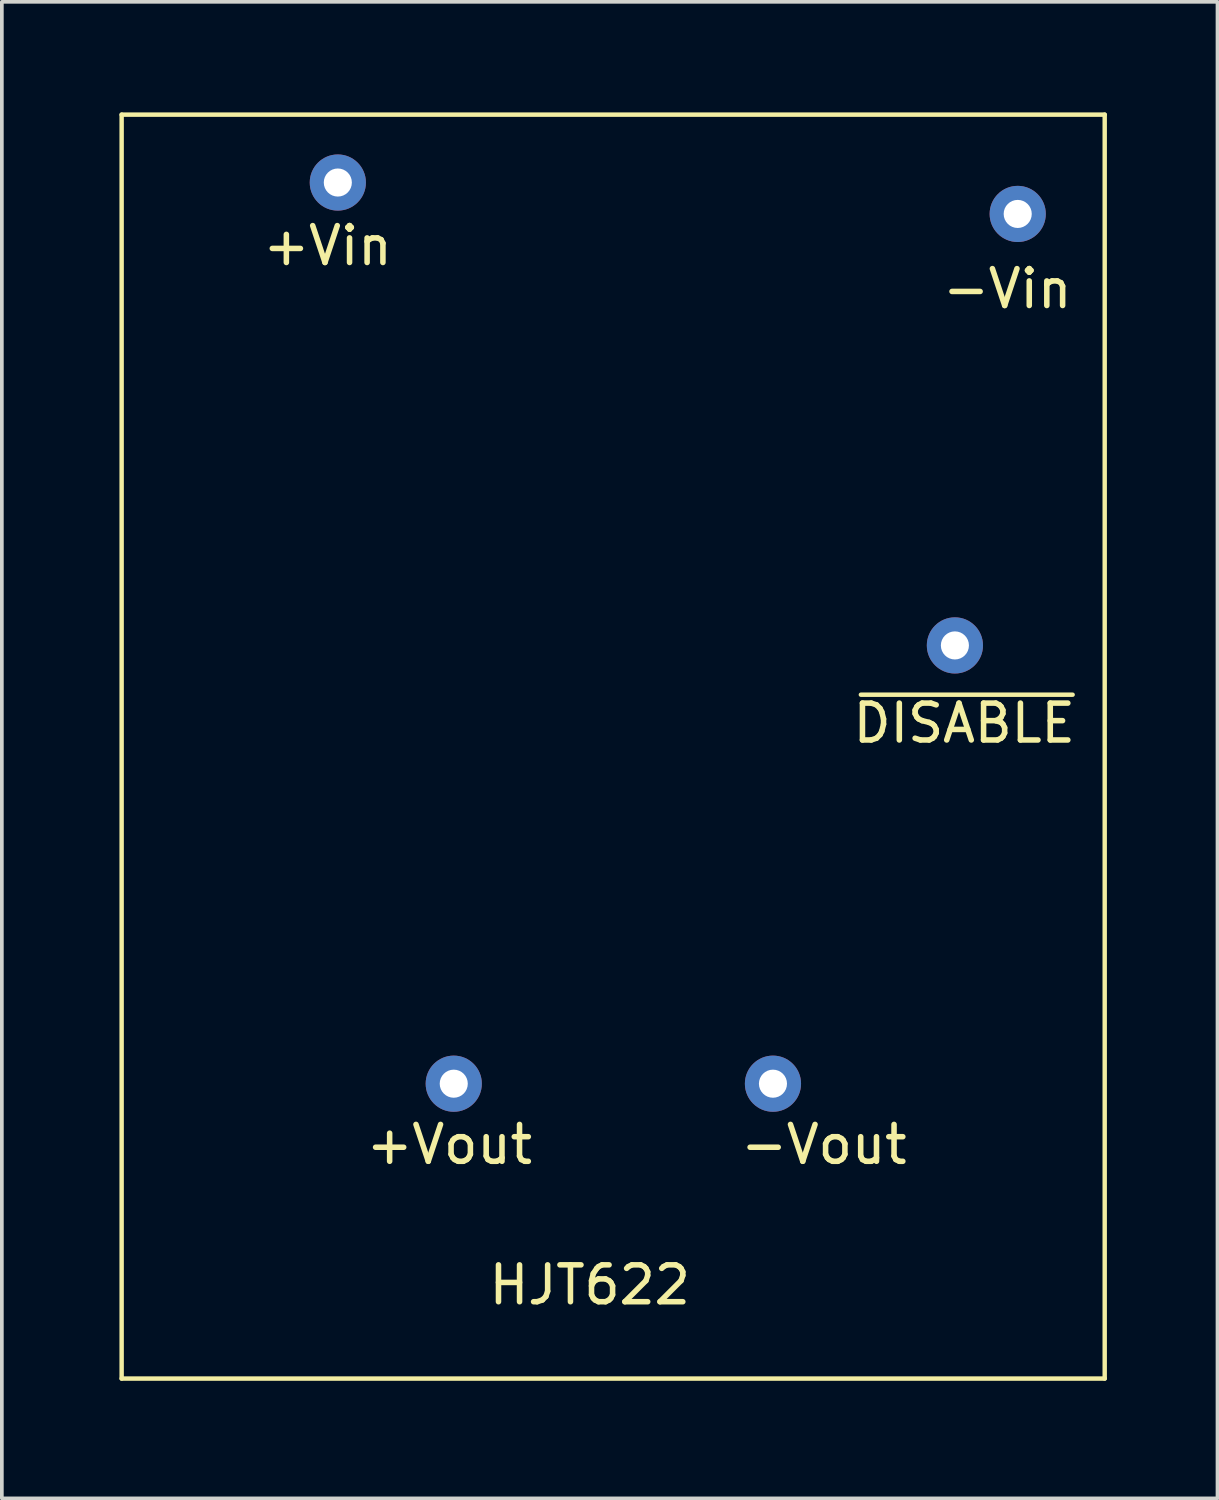
<source format=kicad_pcb>
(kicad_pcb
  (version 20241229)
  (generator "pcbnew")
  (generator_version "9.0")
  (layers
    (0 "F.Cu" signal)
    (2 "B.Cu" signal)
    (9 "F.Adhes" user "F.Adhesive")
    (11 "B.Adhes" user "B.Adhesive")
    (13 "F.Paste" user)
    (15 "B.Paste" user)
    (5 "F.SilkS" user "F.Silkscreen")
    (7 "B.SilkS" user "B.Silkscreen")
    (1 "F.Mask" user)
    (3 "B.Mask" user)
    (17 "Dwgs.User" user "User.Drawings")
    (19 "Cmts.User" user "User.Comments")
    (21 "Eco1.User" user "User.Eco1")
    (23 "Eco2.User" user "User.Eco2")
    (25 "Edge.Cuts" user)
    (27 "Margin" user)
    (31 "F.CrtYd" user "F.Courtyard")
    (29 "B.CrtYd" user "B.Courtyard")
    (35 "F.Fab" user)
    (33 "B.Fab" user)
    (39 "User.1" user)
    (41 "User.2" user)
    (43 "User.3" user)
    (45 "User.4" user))
  (footprint "HJT622"
    (layer "F.Cu")
    (at 0.25 34.35)
    (property "Reference" "HJT622" (at 12.7 -2.54 0) (layer "F.SilkS") (effects (font (size 1 1) (thickness 0.15))))
    (attr through_hole)
    (fp_line (start 0 -34.29) (end 0 0) (stroke (width 0.12) (type solid)) (layer "F.SilkS"))
    (fp_line (start 0 0) (end 26.67 0) (stroke (width 0.12) (type solid)) (layer "F.SilkS"))
    (fp_line (start 20.055 -18.553) (end 25.8 -18.553) (stroke (width 0.12) (type solid)) (layer "F.SilkS"))
    (fp_line (start 26.67 -34.29) (end 0 -34.29) (stroke (width 0.12) (type solid)) (layer "F.SilkS"))
    (fp_line (start 26.67 0) (end 26.67 -34.29) (stroke (width 0.12) (type solid)) (layer "F.SilkS"))
    (fp_text user "-Vout" (at 19.05 -6.35 0) (layer "F.SilkS") (effects (font (size 1 1) (thickness 0.15))))
    (fp_text user "-Vin" (at 24.028 -29.567 0) (layer "F.SilkS") (effects (font (size 1 1) (thickness 0.15))))
    (fp_text user "DISABLE" (at 22.86 -17.78 0) (layer "F.SilkS") (effects (font (size 1 1) (thickness 0.15))))
    (fp_text user "+Vin" (at 5.588 -30.734 0) (layer "F.SilkS") (effects (font (size 1 1) (thickness 0.15))))
    (fp_text user "+Vout" (at 8.89 -6.35 0) (layer "F.SilkS") (effects (font (size 1 1) (thickness 0.15))))
    (pad "1" thru_hole circle (at 5.865 -32.448) (size 1.524 1.524) (drill 0.762) (layers "*.Cu" "*.Mask"))
    (pad "2" thru_hole circle (at 24.31 -31.596) (size 1.524 1.524) (drill 0.762) (layers "*.Cu" "*.Mask"))
    (pad "3" thru_hole circle (at 9.01 -8) (size 1.524 1.524) (drill 0.762) (layers "*.Cu" "*.Mask"))
    (pad "4" thru_hole circle (at 17.67 -8) (size 1.524 1.524) (drill 0.762) (layers "*.Cu" "*.Mask"))
    (pad "5" thru_hole circle (at 22.606 -19.89) (size 1.524 1.524) (drill 0.762) (layers "*.Cu" "*.Mask")))
  (gr_rect
    (start -3 -3)
    (end 29.98 37.6)
    (stroke (width 0.1) (type default))
    (fill no)
    (layer "Edge.Cuts")))
</source>
